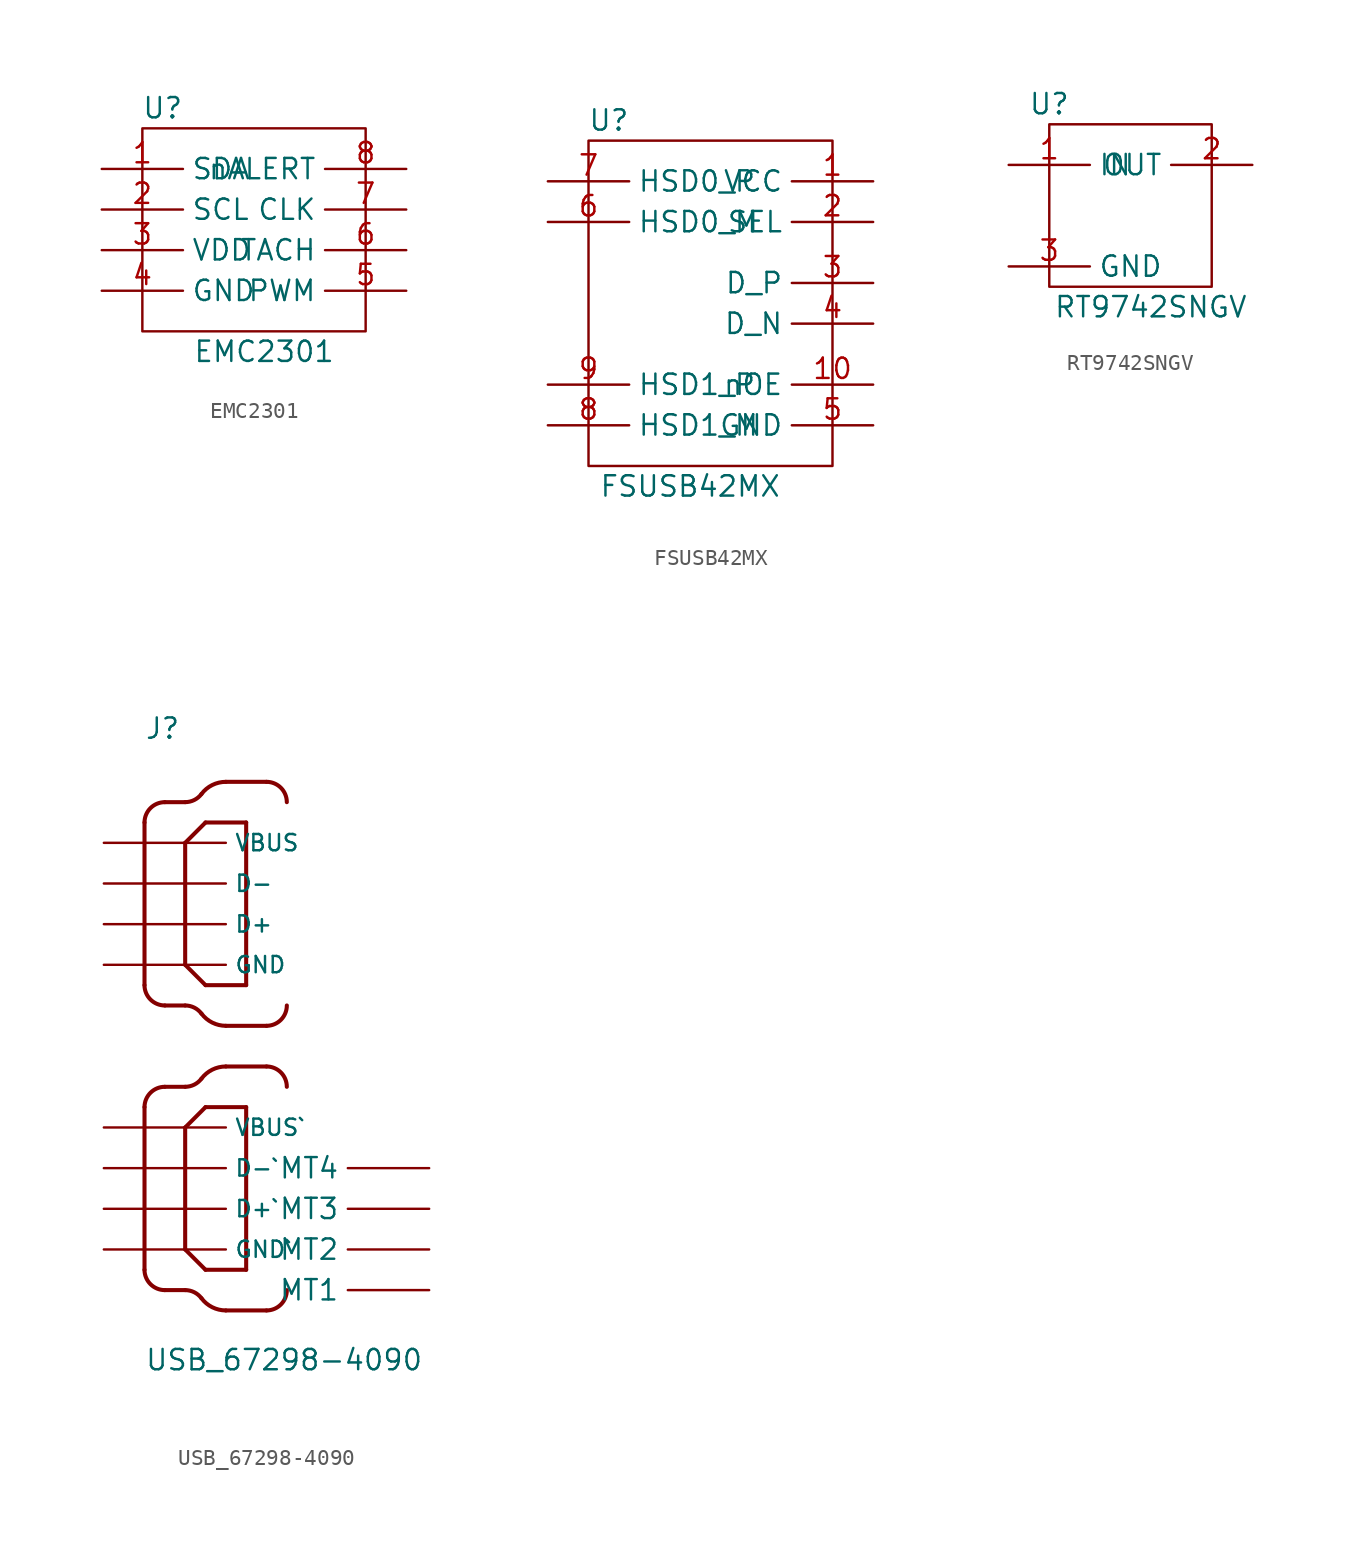
<source format=kicad_sym>
(kicad_symbol_lib
  (version 20231120)
  (generator "kicad_symbol_editor")
  (generator_version "8.0")
  (symbol "EMC2301"
    (property "Reference" "U"
      (at -7.62 13.97 0)
      (effects (font (size 1.27 1.27))))
    (property "Value" "EMC2301"
      (at -1.27 -1.27 0)
      (effects (font (size 1.27 1.27))))
    (symbol "EMC2301_0_0"
      (pin open_collector line (at -11.43 10.16 0) (length 5.08) (name "SDA" (effects (font (size 1.27 1.27)))) (number "1" (effects (font (size 1.27 1.27)))))
      (pin open_collector line (at -11.43 7.62 0) (length 5.08) (name "SCL" (effects (font (size 1.27 1.27)))) (number "2" (effects (font (size 1.27 1.27)))))
      (pin power_in line (at -11.43 5.08 0) (length 5.08) (name "VDD" (effects (font (size 1.27 1.27)))) (number "3" (effects (font (size 1.27 1.27)))))
      (pin power_in line (at -11.43 2.54 0) (length 5.08) (name "GND" (effects (font (size 1.27 1.27)))) (number "4" (effects (font (size 1.27 1.27)))))
      (pin output line (at 7.62 2.54 180) (length 5.08) (name "PWM" (effects (font (size 1.27 1.27)))) (number "5" (effects (font (size 1.27 1.27)))))
      (pin input line (at 7.62 5.08 180) (length 5.08) (name "TACH" (effects (font (size 1.27 1.27)))) (number "6" (effects (font (size 1.27 1.27)))))
      (pin input line (at 7.62 7.62 180) (length 5.08) (name "CLK" (effects (font (size 1.27 1.27)))) (number "7" (effects (font (size 1.27 1.27)))))
      (pin open_collector line (at 7.62 10.16 180) (length 5.08) (name "nALERT" (effects (font (size 1.27 1.27)))) (number "8" (effects (font (size 1.27 1.27))))))
    (symbol "EMC2301_0_1"
      (rectangle (start -8.89 12.7) (end 5.08 0) (stroke (width 0) (type default)) (fill (type none)))))
  (symbol "FSUSB42MX"
    (property "Reference" "U"
      (at -7.62 20.32 0)
      (effects (font (size 1.27 1.27))))
    (property "Value" "FSUSB42MX"
      (at -2.54 -2.54 0)
      (effects (font (size 1.27 1.27))))
    (symbol "FSUSB42MX_0_0"
      (pin power_in line (at 8.89 16.51 180) (length 5.08) (name "VCC" (effects (font (size 1.27 1.27)))) (number "1" (effects (font (size 1.27 1.27)))))
      (pin input line (at 8.89 3.81 180) (length 5.08) (name "nOE" (effects (font (size 1.27 1.27)))) (number "10" (effects (font (size 1.27 1.27)))))
      (pin input line (at 8.89 13.97 180) (length 5.08) (name "SEL" (effects (font (size 1.27 1.27)))) (number "2" (effects (font (size 1.27 1.27)))))
      (pin bidirectional line (at 8.89 10.16 180) (length 5.08) (name "D_P" (effects (font (size 1.27 1.27)))) (number "3" (effects (font (size 1.27 1.27)))))
      (pin bidirectional line (at 8.89 7.62 180) (length 5.08) (name "D_N" (effects (font (size 1.27 1.27)))) (number "4" (effects (font (size 1.27 1.27)))))
      (pin power_in line (at 8.89 1.27 180) (length 5.08) (name "GND" (effects (font (size 1.27 1.27)))) (number "5" (effects (font (size 1.27 1.27)))))
      (pin bidirectional line (at -11.43 13.97 0) (length 5.08) (name "HSD0_M" (effects (font (size 1.27 1.27)))) (number "6" (effects (font (size 1.27 1.27)))))
      (pin bidirectional line (at -11.43 16.51 0) (length 5.08) (name "HSD0_P" (effects (font (size 1.27 1.27)))) (number "7" (effects (font (size 1.27 1.27)))))
      (pin bidirectional line (at -11.43 1.27 0) (length 5.08) (name "HSD1_M" (effects (font (size 1.27 1.27)))) (number "8" (effects (font (size 1.27 1.27)))))
      (pin bidirectional line (at -11.43 3.81 0) (length 5.08) (name "HSD1_P" (effects (font (size 1.27 1.27)))) (number "9" (effects (font (size 1.27 1.27))))))
    (symbol "FSUSB42MX_0_1"
      (rectangle (start -8.89 19.05) (end 6.35 -1.27) (stroke (width 0) (type default)) (fill (type none)))))
  (symbol "RT9742SNGV"
    (property "Reference" "U"
      (at -2.54 7.62 0)
      (effects (font (size 1.27 1.27))))
    (property "Value" "RT9742SNGV"
      (at 3.81 -5.08 0)
      (effects (font (size 1.27 1.27))))
    (symbol "RT9742SNGV_0_1"
      (rectangle (start -2.54 6.35) (end 7.62 -3.81) (stroke (width 0) (type default)) (fill (type none))))
    (symbol "RT9742SNGV_1_1"
      (pin power_in line (at -5.08 3.81 0) (length 5.08) (name "IN" (effects (font (size 1.27 1.27)))) (number "1" (effects (font (size 1.27 1.27)))))
      (pin power_in line (at 10.16 3.81 180) (length 5.08) (name "OUT" (effects (font (size 1.27 1.27)))) (number "2" (effects (font (size 1.27 1.27)))))
      (pin power_in line (at -5.08 -2.54 0) (length 5.08) (name "GND" (effects (font (size 1.27 1.27)))) (number "3" (effects (font (size 1.27 1.27)))))))
  (symbol "USB_67298-4090"
    (pin_numbers hide)
    (property "Reference" "J"
      (at -5.08 21.641 0)
      (effects (font (size 1.27 1.27)) (justify left bottom)))
    (property "Value" "USB_67298-4090"
      (at -5.08 -17.805 0)
      (effects (font (size 1.27 1.27)) (justify left bottom)))
    (symbol "USB_67298-4090_0_0"
      (arc (start -5.08 -11.43) (mid -4.708 -12.328) (end -3.81 -12.7) (stroke (width 0.254) (type default)) (fill (type none)))
      (arc (start -5.08 6.35) (mid -4.708 5.452) (end -3.81 5.08) (stroke (width 0.254) (type default)) (fill (type none)))
      (arc (start -3.81 0) (mid -4.708 -0.372) (end -5.08 -1.27) (stroke (width 0.254) (type default)) (fill (type none)))
      (arc (start -3.81 17.78) (mid -4.708 17.408) (end -5.08 16.51) (stroke (width 0.254) (type default)) (fill (type none)))
      (arc (start -2.54 0) (mid -1.972 0.1341) (end -1.524 0.508) (stroke (width 0.254) (type default)) (fill (type none)))
      (arc (start -2.54 17.78) (mid -1.972 17.9141) (end -1.524 18.288) (stroke (width 0.254) (type default)) (fill (type none)))
      (arc (start -1.524 -13.208) (mid -1.972 -12.8341) (end -2.54 -12.7) (stroke (width 0.254) (type default)) (fill (type none)))
      (arc (start -1.524 -13.208) (mid -0.8519 -13.7689) (end 0 -13.97) (stroke (width 0.254) (type default)) (fill (type none)))
      (arc (start -1.524 4.572) (mid -1.972 4.9459) (end -2.54 5.08) (stroke (width 0.254) (type default)) (fill (type none)))
      (arc (start -1.524 4.572) (mid -0.8519 4.0111) (end 0 3.81) (stroke (width 0.254) (type default)) (fill (type none)))
      (polyline (pts (xy -5.08 -1.27) (xy -5.08 -11.43)) (stroke (width 0.254) (type default)) (fill (type none)))
      (polyline (pts (xy -5.08 16.51) (xy -5.08 6.35)) (stroke (width 0.254) (type default)) (fill (type none)))
      (polyline (pts (xy -3.81 -12.7) (xy -2.54 -12.7)) (stroke (width 0.254) (type default)) (fill (type none)))
      (polyline (pts (xy -3.81 0) (xy -2.54 0)) (stroke (width 0.254) (type default)) (fill (type none)))
      (polyline (pts (xy -3.81 5.08) (xy -2.54 5.08)) (stroke (width 0.254) (type default)) (fill (type none)))
      (polyline (pts (xy -3.81 17.78) (xy -2.54 17.78)) (stroke (width 0.254) (type default)) (fill (type none)))
      (polyline (pts (xy -2.54 -10.16) (xy -1.27 -11.43)) (stroke (width 0.254) (type default)) (fill (type none)))
      (polyline (pts (xy -2.54 -2.54) (xy -2.54 -10.16)) (stroke (width 0.254) (type default)) (fill (type none)))
      (polyline (pts (xy -2.54 7.62) (xy -1.27 6.35)) (stroke (width 0.254) (type default)) (fill (type none)))
      (polyline (pts (xy -2.54 15.24) (xy -2.54 7.62)) (stroke (width 0.254) (type default)) (fill (type none)))
      (polyline (pts (xy -1.27 -11.43) (xy 1.27 -11.43)) (stroke (width 0.254) (type default)) (fill (type none)))
      (polyline (pts (xy -1.27 -1.27) (xy -2.54 -2.54)) (stroke (width 0.254) (type default)) (fill (type none)))
      (polyline (pts (xy -1.27 6.35) (xy 1.27 6.35)) (stroke (width 0.254) (type default)) (fill (type none)))
      (polyline (pts (xy -1.27 16.51) (xy -2.54 15.24)) (stroke (width 0.254) (type default)) (fill (type none)))
      (polyline (pts (xy 0 -13.97) (xy 2.54 -13.97)) (stroke (width 0.254) (type default)) (fill (type none)))
      (polyline (pts (xy 0 1.27) (xy 2.54 1.27)) (stroke (width 0.254) (type default)) (fill (type none)))
      (polyline (pts (xy 0 3.81) (xy 2.54 3.81)) (stroke (width 0.254) (type default)) (fill (type none)))
      (polyline (pts (xy 0 19.05) (xy 2.54 19.05)) (stroke (width 0.254) (type default)) (fill (type none)))
      (polyline (pts (xy 1.27 -11.43) (xy 1.27 -1.27)) (stroke (width 0.254) (type default)) (fill (type none)))
      (polyline (pts (xy 1.27 -1.27) (xy -1.27 -1.27)) (stroke (width 0.254) (type default)) (fill (type none)))
      (polyline (pts (xy 1.27 6.35) (xy 1.27 16.51)) (stroke (width 0.254) (type default)) (fill (type none)))
      (polyline (pts (xy 1.27 16.51) (xy -1.27 16.51)) (stroke (width 0.254) (type default)) (fill (type none)))
      (arc (start 0 1.27) (mid -0.8519 1.0689) (end -1.524 0.508) (stroke (width 0.254) (type default)) (fill (type none)))
      (arc (start 0 19.05) (mid -0.8519 18.8489) (end -1.524 18.288) (stroke (width 0.254) (type default)) (fill (type none)))
      (arc (start 2.54 -13.97) (mid 3.438 -13.598) (end 3.81 -12.7) (stroke (width 0.254) (type default)) (fill (type none)))
      (arc (start 2.54 3.81) (mid 3.438 4.182) (end 3.81 5.08) (stroke (width 0.254) (type default)) (fill (type none)))
      (arc (start 3.81 0) (mid 3.438 0.898) (end 2.54 1.27) (stroke (width 0.254) (type default)) (fill (type none)))
      (arc (start 3.81 17.78) (mid 3.438 18.678) (end 2.54 19.05) (stroke (width 0.254) (type default)) (fill (type none)))
      (pin power_in line (at -7.62 -2.54 0) (length 7.62) (name "VBUS`" (effects (font (size 1.016 1.016)))) (number "1" (effects (font (size 1.016 1.016)))))
      (pin passive line (at -7.62 -5.08 0) (length 7.62) (name "D-`" (effects (font (size 1.016 1.016)))) (number "2" (effects (font (size 1.016 1.016)))))
      (pin passive line (at -7.62 -7.62 0) (length 7.62) (name "D+`" (effects (font (size 1.016 1.016)))) (number "3" (effects (font (size 1.016 1.016)))))
      (pin power_in line (at -7.62 -10.16 0) (length 7.62) (name "GND`" (effects (font (size 1.016 1.016)))) (number "4" (effects (font (size 1.016 1.016)))))
      (pin power_in line (at -7.62 15.24 0) (length 7.62) (name "VBUS" (effects (font (size 1.016 1.016)))) (number "5" (effects (font (size 1.016 1.016)))))
      (pin passive line (at -7.62 12.7 0) (length 7.62) (name "D-" (effects (font (size 1.016 1.016)))) (number "6" (effects (font (size 1.016 1.016)))))
      (pin passive line (at -7.62 10.16 0) (length 7.62) (name "D+" (effects (font (size 1.016 1.016)))) (number "7" (effects (font (size 1.016 1.016)))))
      (pin power_in line (at -7.62 7.62 0) (length 7.62) (name "GND" (effects (font (size 1.016 1.016)))) (number "8" (effects (font (size 1.016 1.016)))))
      (pin passive line (at 12.7 -12.7 180) (length 5.08) (name "MT1" (effects (font (size 1.27 1.27)))) (number "MT1" (effects (font (size 1.27 1.27)))))
      (pin passive line (at 12.7 -10.16 180) (length 5.08) (name "MT2" (effects (font (size 1.27 1.27)))) (number "MT2" (effects (font (size 1.27 1.27)))))
      (pin passive line (at 12.7 -7.62 180) (length 5.08) (name "MT3" (effects (font (size 1.27 1.27)))) (number "MT3" (effects (font (size 1.27 1.27)))))
      (pin passive line (at 12.7 -5.08 180) (length 5.08) (name "MT4" (effects (font (size 1.27 1.27)))) (number "MT4" (effects (font (size 1.27 1.27))))))))
</source>
